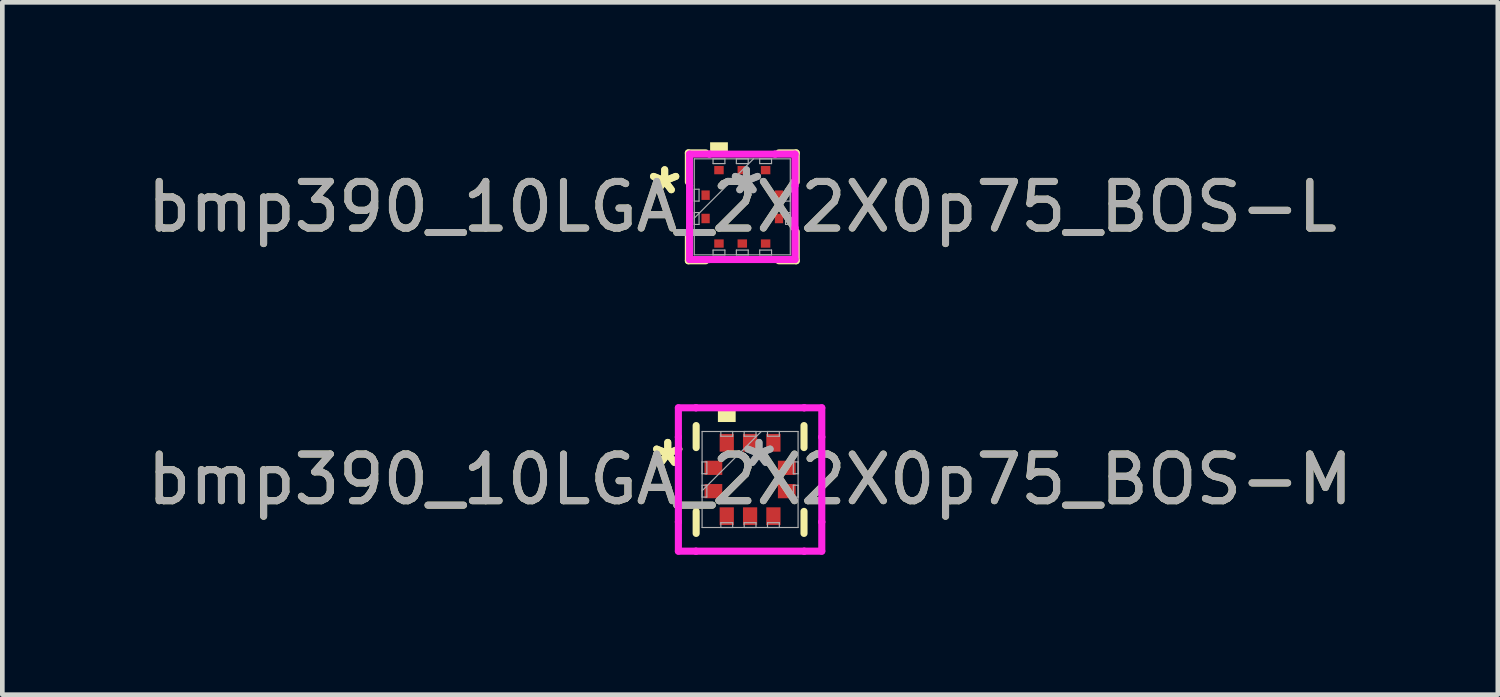
<source format=kicad_pcb>
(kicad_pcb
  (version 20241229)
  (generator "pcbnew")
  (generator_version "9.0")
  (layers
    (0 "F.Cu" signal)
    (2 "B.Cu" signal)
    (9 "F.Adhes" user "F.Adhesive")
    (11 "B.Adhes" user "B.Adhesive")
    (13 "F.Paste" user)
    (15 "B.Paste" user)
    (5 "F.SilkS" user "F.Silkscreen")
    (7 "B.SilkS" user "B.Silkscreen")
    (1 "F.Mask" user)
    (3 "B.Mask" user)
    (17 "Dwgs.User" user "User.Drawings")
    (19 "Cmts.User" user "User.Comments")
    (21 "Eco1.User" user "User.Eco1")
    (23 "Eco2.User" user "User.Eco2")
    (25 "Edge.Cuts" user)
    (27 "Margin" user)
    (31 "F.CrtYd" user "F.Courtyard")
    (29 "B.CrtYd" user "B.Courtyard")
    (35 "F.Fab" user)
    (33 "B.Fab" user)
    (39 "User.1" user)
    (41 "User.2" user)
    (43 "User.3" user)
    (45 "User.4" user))
  (footprint "bmp390_10LGA_2X2X0p75_BOS-M"
    (layer "F.Cu")
    (at 13.03 7.229)
    (property "Reference" "bmp390_10LGA_2X2X0p75_BOS-M" (at 0 0 0) (unlocked yes) (layer "F.SilkS") (effects (font (size 1 1) (thickness 0.15))))
    (attr smd)
    (fp_line (start -1.156 -1.156) (end -1.156 -0.684) (stroke (width 0.152) (type solid)) (layer "F.SilkS"))
    (fp_line (start -1.156 0.684) (end -1.156 1.156) (stroke (width 0.152) (type solid)) (layer "F.SilkS"))
    (fp_line (start 1.156 -0.684) (end 1.156 -1.156) (stroke (width 0.152) (type solid)) (layer "F.SilkS"))
    (fp_line (start 1.156 1.156) (end 1.156 0.684) (stroke (width 0.152) (type solid)) (layer "F.SilkS"))
    (fp_poly (pts (xy -0.69 -1.232) (xy -0.69 -1.486) (xy -0.309 -1.486) (xy -0.309 -1.232)) (stroke (width 0) (type solid)) (fill yes) (layer "F.SilkS"))
    (fp_line (start -1.537 -1.537) (end -1.16 -1.537) (stroke (width 0.152) (type solid)) (layer "F.CrtYd"))
    (fp_line (start -1.537 -0.91) (end -1.537 -1.537) (stroke (width 0.152) (type solid)) (layer "F.CrtYd"))
    (fp_line (start -1.537 -0.91) (end -1.537 -0.91) (stroke (width 0.152) (type solid)) (layer "F.CrtYd"))
    (fp_line (start -1.537 0.91) (end -1.537 -0.91) (stroke (width 0.152) (type solid)) (layer "F.CrtYd"))
    (fp_line (start -1.537 0.91) (end -1.537 0.91) (stroke (width 0.152) (type solid)) (layer "F.CrtYd"))
    (fp_line (start -1.537 1.537) (end -1.537 0.91) (stroke (width 0.152) (type solid)) (layer "F.CrtYd"))
    (fp_line (start -1.16 -1.537) (end -1.16 -1.537) (stroke (width 0.152) (type solid)) (layer "F.CrtYd"))
    (fp_line (start -1.16 -1.537) (end 1.16 -1.537) (stroke (width 0.152) (type solid)) (layer "F.CrtYd"))
    (fp_line (start -1.16 1.537) (end -1.537 1.537) (stroke (width 0.152) (type solid)) (layer "F.CrtYd"))
    (fp_line (start -1.16 1.537) (end -1.16 1.537) (stroke (width 0.152) (type solid)) (layer "F.CrtYd"))
    (fp_line (start 1.16 -1.537) (end 1.16 -1.537) (stroke (width 0.152) (type solid)) (layer "F.CrtYd"))
    (fp_line (start 1.16 -1.537) (end 1.537 -1.537) (stroke (width 0.152) (type solid)) (layer "F.CrtYd"))
    (fp_line (start 1.16 1.537) (end -1.16 1.537) (stroke (width 0.152) (type solid)) (layer "F.CrtYd"))
    (fp_line (start 1.16 1.537) (end 1.16 1.537) (stroke (width 0.152) (type solid)) (layer "F.CrtYd"))
    (fp_line (start 1.537 -1.537) (end 1.537 -0.91) (stroke (width 0.152) (type solid)) (layer "F.CrtYd"))
    (fp_line (start 1.537 -0.91) (end 1.537 -0.91) (stroke (width 0.152) (type solid)) (layer "F.CrtYd"))
    (fp_line (start 1.537 -0.91) (end 1.537 0.91) (stroke (width 0.152) (type solid)) (layer "F.CrtYd"))
    (fp_line (start 1.537 0.91) (end 1.537 0.91) (stroke (width 0.152) (type solid)) (layer "F.CrtYd"))
    (fp_line (start 1.537 0.91) (end 1.537 1.537) (stroke (width 0.152) (type solid)) (layer "F.CrtYd"))
    (fp_line (start 1.537 1.537) (end 1.16 1.537) (stroke (width 0.152) (type solid)) (layer "F.CrtYd"))
    (fp_line (start -1.029 -1.029) (end -1.029 1.029) (stroke (width 0.025) (type solid)) (layer "F.Fab"))
    (fp_line (start -1.029 -0.377) (end -0.927 -0.377) (stroke (width 0.025) (type solid)) (layer "F.Fab"))
    (fp_line (start -1.029 -0.123) (end -1.029 -0.377) (stroke (width 0.025) (type solid)) (layer "F.Fab"))
    (fp_line (start -1.029 0.123) (end -0.927 0.123) (stroke (width 0.025) (type solid)) (layer "F.Fab"))
    (fp_line (start -1.029 0.241) (end 0.241 -1.029) (stroke (width 0.025) (type solid)) (layer "F.Fab"))
    (fp_line (start -1.029 0.377) (end -1.029 0.123) (stroke (width 0.025) (type solid)) (layer "F.Fab"))
    (fp_line (start -1.029 1.029) (end 1.029 1.029) (stroke (width 0.025) (type solid)) (layer "F.Fab"))
    (fp_line (start -0.927 -0.377) (end -0.927 -0.123) (stroke (width 0.025) (type solid)) (layer "F.Fab"))
    (fp_line (start -0.927 -0.123) (end -1.029 -0.123) (stroke (width 0.025) (type solid)) (layer "F.Fab"))
    (fp_line (start -0.927 0.123) (end -0.927 0.377) (stroke (width 0.025) (type solid)) (layer "F.Fab"))
    (fp_line (start -0.927 0.377) (end -1.029 0.377) (stroke (width 0.025) (type solid)) (layer "F.Fab"))
    (fp_line (start -0.627 -1.029) (end -0.373 -1.029) (stroke (width 0.025) (type solid)) (layer "F.Fab"))
    (fp_line (start -0.627 -0.927) (end -0.627 -1.029) (stroke (width 0.025) (type solid)) (layer "F.Fab"))
    (fp_line (start -0.627 0.927) (end -0.373 0.927) (stroke (width 0.025) (type solid)) (layer "F.Fab"))
    (fp_line (start -0.627 1.029) (end -0.627 0.927) (stroke (width 0.025) (type solid)) (layer "F.Fab"))
    (fp_line (start -0.373 -1.029) (end -0.373 -0.927) (stroke (width 0.025) (type solid)) (layer "F.Fab"))
    (fp_line (start -0.373 -0.927) (end -0.627 -0.927) (stroke (width 0.025) (type solid)) (layer "F.Fab"))
    (fp_line (start -0.373 0.927) (end -0.373 1.029) (stroke (width 0.025) (type solid)) (layer "F.Fab"))
    (fp_line (start -0.373 1.029) (end -0.627 1.029) (stroke (width 0.025) (type solid)) (layer "F.Fab"))
    (fp_line (start -0.127 -1.029) (end 0.127 -1.029) (stroke (width 0.025) (type solid)) (layer "F.Fab"))
    (fp_line (start -0.127 -0.927) (end -0.127 -1.029) (stroke (width 0.025) (type solid)) (layer "F.Fab"))
    (fp_line (start -0.127 0.927) (end 0.127 0.927) (stroke (width 0.025) (type solid)) (layer "F.Fab"))
    (fp_line (start -0.127 1.029) (end -0.127 0.927) (stroke (width 0.025) (type solid)) (layer "F.Fab"))
    (fp_line (start 0.127 -1.029) (end 0.127 -0.927) (stroke (width 0.025) (type solid)) (layer "F.Fab"))
    (fp_line (start 0.127 -0.927) (end -0.127 -0.927) (stroke (width 0.025) (type solid)) (layer "F.Fab"))
    (fp_line (start 0.127 0.927) (end 0.127 1.029) (stroke (width 0.025) (type solid)) (layer "F.Fab"))
    (fp_line (start 0.127 1.029) (end -0.127 1.029) (stroke (width 0.025) (type solid)) (layer "F.Fab"))
    (fp_line (start 0.373 -1.029) (end 0.627 -1.029) (stroke (width 0.025) (type solid)) (layer "F.Fab"))
    (fp_line (start 0.373 -0.927) (end 0.373 -1.029) (stroke (width 0.025) (type solid)) (layer "F.Fab"))
    (fp_line (start 0.373 0.927) (end 0.627 0.927) (stroke (width 0.025) (type solid)) (layer "F.Fab"))
    (fp_line (start 0.373 1.029) (end 0.373 0.927) (stroke (width 0.025) (type solid)) (layer "F.Fab"))
    (fp_line (start 0.627 -1.029) (end 0.627 -0.927) (stroke (width 0.025) (type solid)) (layer "F.Fab"))
    (fp_line (start 0.627 -0.927) (end 0.373 -0.927) (stroke (width 0.025) (type solid)) (layer "F.Fab"))
    (fp_line (start 0.627 0.927) (end 0.627 1.029) (stroke (width 0.025) (type solid)) (layer "F.Fab"))
    (fp_line (start 0.627 1.029) (end 0.373 1.029) (stroke (width 0.025) (type solid)) (layer "F.Fab"))
    (fp_line (start 0.927 -0.377) (end 1.029 -0.377) (stroke (width 0.025) (type solid)) (layer "F.Fab"))
    (fp_line (start 0.927 -0.123) (end 0.927 -0.377) (stroke (width 0.025) (type solid)) (layer "F.Fab"))
    (fp_line (start 0.927 0.123) (end 1.029 0.123) (stroke (width 0.025) (type solid)) (layer "F.Fab"))
    (fp_line (start 0.927 0.377) (end 0.927 0.123) (stroke (width 0.025) (type solid)) (layer "F.Fab"))
    (fp_line (start 1.029 -1.029) (end -1.029 -1.029) (stroke (width 0.025) (type solid)) (layer "F.Fab"))
    (fp_line (start 1.029 -0.377) (end 1.029 -0.123) (stroke (width 0.025) (type solid)) (layer "F.Fab"))
    (fp_line (start 1.029 -0.123) (end 0.927 -0.123) (stroke (width 0.025) (type solid)) (layer "F.Fab"))
    (fp_line (start 1.029 0.123) (end 1.029 0.377) (stroke (width 0.025) (type solid)) (layer "F.Fab"))
    (fp_line (start 1.029 0.377) (end 0.927 0.377) (stroke (width 0.025) (type solid)) (layer "F.Fab"))
    (fp_line (start 1.029 1.029) (end 1.029 -1.029) (stroke (width 0.025) (type solid)) (layer "F.Fab"))
    (fp_text user "*" (at -1.765 -0.25 0) (layer "F.SilkS") (effects (font (size 1 1) (thickness 0.15))))
    (fp_text user "*" (at -1.765 -0.25 0) (unlocked yes) (layer "F.SilkS") (effects (font (size 1 1) (thickness 0.15))))
    (fp_text user "*" (at 0.191 -0.25 0) (layer "F.Fab") (effects (font (size 1 1) (thickness 0.15))))
    (fp_text user "${REFERENCE}" (at 0 0 0) (unlocked yes) (layer "F.Fab") (effects (font (size 1 1) (thickness 0.15))))
    (fp_text user "*" (at 0.191 -0.25 0) (unlocked yes) (layer "F.Fab") (effects (font (size 1 1) (thickness 0.15))))
    (pad "1" smd rect (at -0.787 -0.25 90) (size 0.305 0.381) (layers "F.Cu" "F.Mask" "F.Paste"))
    (pad "2" smd rect (at -0.787 0.25 90) (size 0.305 0.381) (layers "F.Cu" "F.Mask" "F.Paste"))
    (pad "3" smd rect (at -0.5 0.787) (size 0.305 0.381) (layers "F.Cu" "F.Mask" "F.Paste"))
    (pad "4" smd rect (at 0 0.787) (size 0.305 0.381) (layers "F.Cu" "F.Mask" "F.Paste"))
    (pad "5" smd rect (at 0.5 0.787) (size 0.305 0.381) (layers "F.Cu" "F.Mask" "F.Paste"))
    (pad "6" smd rect (at 0.787 0.25 90) (size 0.305 0.381) (layers "F.Cu" "F.Mask" "F.Paste"))
    (pad "7" smd rect (at 0.787 -0.25 90) (size 0.305 0.381) (layers "F.Cu" "F.Mask" "F.Paste"))
    (pad "8" smd rect (at 0.5 -0.787) (size 0.305 0.381) (layers "F.Cu" "F.Mask" "F.Paste"))
    (pad "9" smd rect (at 0 -0.787) (size 0.305 0.381) (layers "F.Cu" "F.Mask" "F.Paste"))
    (pad "10" smd rect (at -0.5 -0.787) (size 0.305 0.381) (layers "F.Cu" "F.Mask" "F.Paste")))
  (footprint "bmp390_10LGA_2X2X0p75_BOS-L"
    (layer "F.Cu")
    (at 12.863 1.384)
    (property "Reference" "bmp390_10LGA_2X2X0p75_BOS-L" (at 0 0 0) (unlocked yes) (layer "F.SilkS") (effects (font (size 1 1) (thickness 0.15))))
    (attr smd)
    (fp_line (start -1.156 -1.156) (end -1.156 -0.532) (stroke (width 0.152) (type solid)) (layer "F.SilkS"))
    (fp_line (start -1.156 0.532) (end -1.156 1.156) (stroke (width 0.152) (type solid)) (layer "F.SilkS"))
    (fp_line (start -1.156 1.156) (end -0.782 1.156) (stroke (width 0.152) (type solid)) (layer "F.SilkS"))
    (fp_line (start -0.782 -1.156) (end -1.156 -1.156) (stroke (width 0.152) (type solid)) (layer "F.SilkS"))
    (fp_line (start 0.782 1.156) (end 1.156 1.156) (stroke (width 0.152) (type solid)) (layer "F.SilkS"))
    (fp_line (start 1.156 -1.156) (end 0.782 -1.156) (stroke (width 0.152) (type solid)) (layer "F.SilkS"))
    (fp_line (start 1.156 -0.532) (end 1.156 -1.156) (stroke (width 0.152) (type solid)) (layer "F.SilkS"))
    (fp_line (start 1.156 1.156) (end 1.156 0.532) (stroke (width 0.152) (type solid)) (layer "F.SilkS"))
    (fp_poly (pts (xy -0.69 -1.13) (xy -0.69 -1.384) (xy -0.309 -1.384) (xy -0.309 -1.13)) (stroke (width 0) (type solid)) (fill yes) (layer "F.SilkS"))
    (fp_line (start -1.13 -1.13) (end -0.703 -1.13) (stroke (width 0.152) (type solid)) (layer "F.CrtYd"))
    (fp_line (start -1.13 -0.453) (end -1.13 -1.13) (stroke (width 0.152) (type solid)) (layer "F.CrtYd"))
    (fp_line (start -1.13 -0.453) (end -1.13 -0.453) (stroke (width 0.152) (type solid)) (layer "F.CrtYd"))
    (fp_line (start -1.13 0.453) (end -1.13 -0.453) (stroke (width 0.152) (type solid)) (layer "F.CrtYd"))
    (fp_line (start -1.13 0.453) (end -1.13 0.453) (stroke (width 0.152) (type solid)) (layer "F.CrtYd"))
    (fp_line (start -1.13 1.13) (end -1.13 0.453) (stroke (width 0.152) (type solid)) (layer "F.CrtYd"))
    (fp_line (start -0.703 -1.13) (end -0.703 -1.13) (stroke (width 0.152) (type solid)) (layer "F.CrtYd"))
    (fp_line (start -0.703 -1.13) (end 0.703 -1.13) (stroke (width 0.152) (type solid)) (layer "F.CrtYd"))
    (fp_line (start -0.703 1.13) (end -1.13 1.13) (stroke (width 0.152) (type solid)) (layer "F.CrtYd"))
    (fp_line (start -0.703 1.13) (end -0.703 1.13) (stroke (width 0.152) (type solid)) (layer "F.CrtYd"))
    (fp_line (start 0.703 -1.13) (end 0.703 -1.13) (stroke (width 0.152) (type solid)) (layer "F.CrtYd"))
    (fp_line (start 0.703 -1.13) (end 1.13 -1.13) (stroke (width 0.152) (type solid)) (layer "F.CrtYd"))
    (fp_line (start 0.703 1.13) (end -0.703 1.13) (stroke (width 0.152) (type solid)) (layer "F.CrtYd"))
    (fp_line (start 0.703 1.13) (end 0.703 1.13) (stroke (width 0.152) (type solid)) (layer "F.CrtYd"))
    (fp_line (start 1.13 -1.13) (end 1.13 -0.453) (stroke (width 0.152) (type solid)) (layer "F.CrtYd"))
    (fp_line (start 1.13 -0.453) (end 1.13 -0.453) (stroke (width 0.152) (type solid)) (layer "F.CrtYd"))
    (fp_line (start 1.13 -0.453) (end 1.13 0.453) (stroke (width 0.152) (type solid)) (layer "F.CrtYd"))
    (fp_line (start 1.13 0.453) (end 1.13 0.453) (stroke (width 0.152) (type solid)) (layer "F.CrtYd"))
    (fp_line (start 1.13 0.453) (end 1.13 1.13) (stroke (width 0.152) (type solid)) (layer "F.CrtYd"))
    (fp_line (start 1.13 1.13) (end 0.703 1.13) (stroke (width 0.152) (type solid)) (layer "F.CrtYd"))
    (fp_line (start -1.029 -1.029) (end -1.029 1.029) (stroke (width 0.025) (type solid)) (layer "F.Fab"))
    (fp_line (start -1.029 -0.377) (end -0.927 -0.377) (stroke (width 0.025) (type solid)) (layer "F.Fab"))
    (fp_line (start -1.029 -0.123) (end -1.029 -0.377) (stroke (width 0.025) (type solid)) (layer "F.Fab"))
    (fp_line (start -1.029 0.123) (end -0.927 0.123) (stroke (width 0.025) (type solid)) (layer "F.Fab"))
    (fp_line (start -1.029 0.241) (end 0.241 -1.029) (stroke (width 0.025) (type solid)) (layer "F.Fab"))
    (fp_line (start -1.029 0.377) (end -1.029 0.123) (stroke (width 0.025) (type solid)) (layer "F.Fab"))
    (fp_line (start -1.029 1.029) (end 1.029 1.029) (stroke (width 0.025) (type solid)) (layer "F.Fab"))
    (fp_line (start -0.927 -0.377) (end -0.927 -0.123) (stroke (width 0.025) (type solid)) (layer "F.Fab"))
    (fp_line (start -0.927 -0.123) (end -1.029 -0.123) (stroke (width 0.025) (type solid)) (layer "F.Fab"))
    (fp_line (start -0.927 0.123) (end -0.927 0.377) (stroke (width 0.025) (type solid)) (layer "F.Fab"))
    (fp_line (start -0.927 0.377) (end -1.029 0.377) (stroke (width 0.025) (type solid)) (layer "F.Fab"))
    (fp_line (start -0.627 -1.029) (end -0.373 -1.029) (stroke (width 0.025) (type solid)) (layer "F.Fab"))
    (fp_line (start -0.627 -0.927) (end -0.627 -1.029) (stroke (width 0.025) (type solid)) (layer "F.Fab"))
    (fp_line (start -0.627 0.927) (end -0.373 0.927) (stroke (width 0.025) (type solid)) (layer "F.Fab"))
    (fp_line (start -0.627 1.029) (end -0.627 0.927) (stroke (width 0.025) (type solid)) (layer "F.Fab"))
    (fp_line (start -0.373 -1.029) (end -0.373 -0.927) (stroke (width 0.025) (type solid)) (layer "F.Fab"))
    (fp_line (start -0.373 -0.927) (end -0.627 -0.927) (stroke (width 0.025) (type solid)) (layer "F.Fab"))
    (fp_line (start -0.373 0.927) (end -0.373 1.029) (stroke (width 0.025) (type solid)) (layer "F.Fab"))
    (fp_line (start -0.373 1.029) (end -0.627 1.029) (stroke (width 0.025) (type solid)) (layer "F.Fab"))
    (fp_line (start -0.127 -1.029) (end 0.127 -1.029) (stroke (width 0.025) (type solid)) (layer "F.Fab"))
    (fp_line (start -0.127 -0.927) (end -0.127 -1.029) (stroke (width 0.025) (type solid)) (layer "F.Fab"))
    (fp_line (start -0.127 0.927) (end 0.127 0.927) (stroke (width 0.025) (type solid)) (layer "F.Fab"))
    (fp_line (start -0.127 1.029) (end -0.127 0.927) (stroke (width 0.025) (type solid)) (layer "F.Fab"))
    (fp_line (start 0.127 -1.029) (end 0.127 -0.927) (stroke (width 0.025) (type solid)) (layer "F.Fab"))
    (fp_line (start 0.127 -0.927) (end -0.127 -0.927) (stroke (width 0.025) (type solid)) (layer "F.Fab"))
    (fp_line (start 0.127 0.927) (end 0.127 1.029) (stroke (width 0.025) (type solid)) (layer "F.Fab"))
    (fp_line (start 0.127 1.029) (end -0.127 1.029) (stroke (width 0.025) (type solid)) (layer "F.Fab"))
    (fp_line (start 0.373 -1.029) (end 0.627 -1.029) (stroke (width 0.025) (type solid)) (layer "F.Fab"))
    (fp_line (start 0.373 -0.927) (end 0.373 -1.029) (stroke (width 0.025) (type solid)) (layer "F.Fab"))
    (fp_line (start 0.373 0.927) (end 0.627 0.927) (stroke (width 0.025) (type solid)) (layer "F.Fab"))
    (fp_line (start 0.373 1.029) (end 0.373 0.927) (stroke (width 0.025) (type solid)) (layer "F.Fab"))
    (fp_line (start 0.627 -1.029) (end 0.627 -0.927) (stroke (width 0.025) (type solid)) (layer "F.Fab"))
    (fp_line (start 0.627 -0.927) (end 0.373 -0.927) (stroke (width 0.025) (type solid)) (layer "F.Fab"))
    (fp_line (start 0.627 0.927) (end 0.627 1.029) (stroke (width 0.025) (type solid)) (layer "F.Fab"))
    (fp_line (start 0.627 1.029) (end 0.373 1.029) (stroke (width 0.025) (type solid)) (layer "F.Fab"))
    (fp_line (start 0.927 -0.377) (end 1.029 -0.377) (stroke (width 0.025) (type solid)) (layer "F.Fab"))
    (fp_line (start 0.927 -0.123) (end 0.927 -0.377) (stroke (width 0.025) (type solid)) (layer "F.Fab"))
    (fp_line (start 0.927 0.123) (end 1.029 0.123) (stroke (width 0.025) (type solid)) (layer "F.Fab"))
    (fp_line (start 0.927 0.377) (end 0.927 0.123) (stroke (width 0.025) (type solid)) (layer "F.Fab"))
    (fp_line (start 1.029 -1.029) (end -1.029 -1.029) (stroke (width 0.025) (type solid)) (layer "F.Fab"))
    (fp_line (start 1.029 -0.377) (end 1.029 -0.123) (stroke (width 0.025) (type solid)) (layer "F.Fab"))
    (fp_line (start 1.029 -0.123) (end 0.927 -0.123) (stroke (width 0.025) (type solid)) (layer "F.Fab"))
    (fp_line (start 1.029 0.123) (end 1.029 0.377) (stroke (width 0.025) (type solid)) (layer "F.Fab"))
    (fp_line (start 1.029 0.377) (end 0.927 0.377) (stroke (width 0.025) (type solid)) (layer "F.Fab"))
    (fp_line (start 1.029 1.029) (end 1.029 -1.029) (stroke (width 0.025) (type solid)) (layer "F.Fab"))
    (fp_text user "*" (at -1.664 -0.25 0) (layer "F.SilkS") (effects (font (size 1 1) (thickness 0.15))))
    (fp_text user "*" (at -1.664 -0.25 0) (unlocked yes) (layer "F.SilkS") (effects (font (size 1 1) (thickness 0.15))))
    (fp_text user "${REFERENCE}" (at 0 0 0) (unlocked yes) (layer "F.Fab") (effects (font (size 1 1) (thickness 0.15))))
    (fp_text user "*" (at 0.089 -0.25 0) (layer "F.Fab") (effects (font (size 1 1) (thickness 0.15))))
    (fp_text user "*" (at 0.089 -0.25 0) (unlocked yes) (layer "F.Fab") (effects (font (size 1 1) (thickness 0.15))))
    (pad "1" smd rect (at -0.787 -0.25 90) (size 0.203 0.178) (layers "F.Cu" "F.Mask" "F.Paste"))
    (pad "2" smd rect (at -0.787 0.25 90) (size 0.203 0.178) (layers "F.Cu" "F.Mask" "F.Paste"))
    (pad "3" smd rect (at -0.5 0.787) (size 0.203 0.178) (layers "F.Cu" "F.Mask" "F.Paste"))
    (pad "4" smd rect (at 0 0.787) (size 0.203 0.178) (layers "F.Cu" "F.Mask" "F.Paste"))
    (pad "5" smd rect (at 0.5 0.787) (size 0.203 0.178) (layers "F.Cu" "F.Mask" "F.Paste"))
    (pad "6" smd rect (at 0.787 0.25 90) (size 0.203 0.178) (layers "F.Cu" "F.Mask" "F.Paste"))
    (pad "7" smd rect (at 0.787 -0.25 90) (size 0.203 0.178) (layers "F.Cu" "F.Mask" "F.Paste"))
    (pad "8" smd rect (at 0.5 -0.787) (size 0.203 0.178) (layers "F.Cu" "F.Mask" "F.Paste"))
    (pad "9" smd rect (at 0 -0.787) (size 0.203 0.178) (layers "F.Cu" "F.Mask" "F.Paste"))
    (pad "10" smd rect (at -0.5 -0.787) (size 0.203 0.178) (layers "F.Cu" "F.Mask" "F.Paste")))
  (gr_rect
    (start -3 -3)
    (end 29.06 11.842)
    (stroke (width 0.1) (type default))
    (fill no)
    (layer "Edge.Cuts")))
</source>
